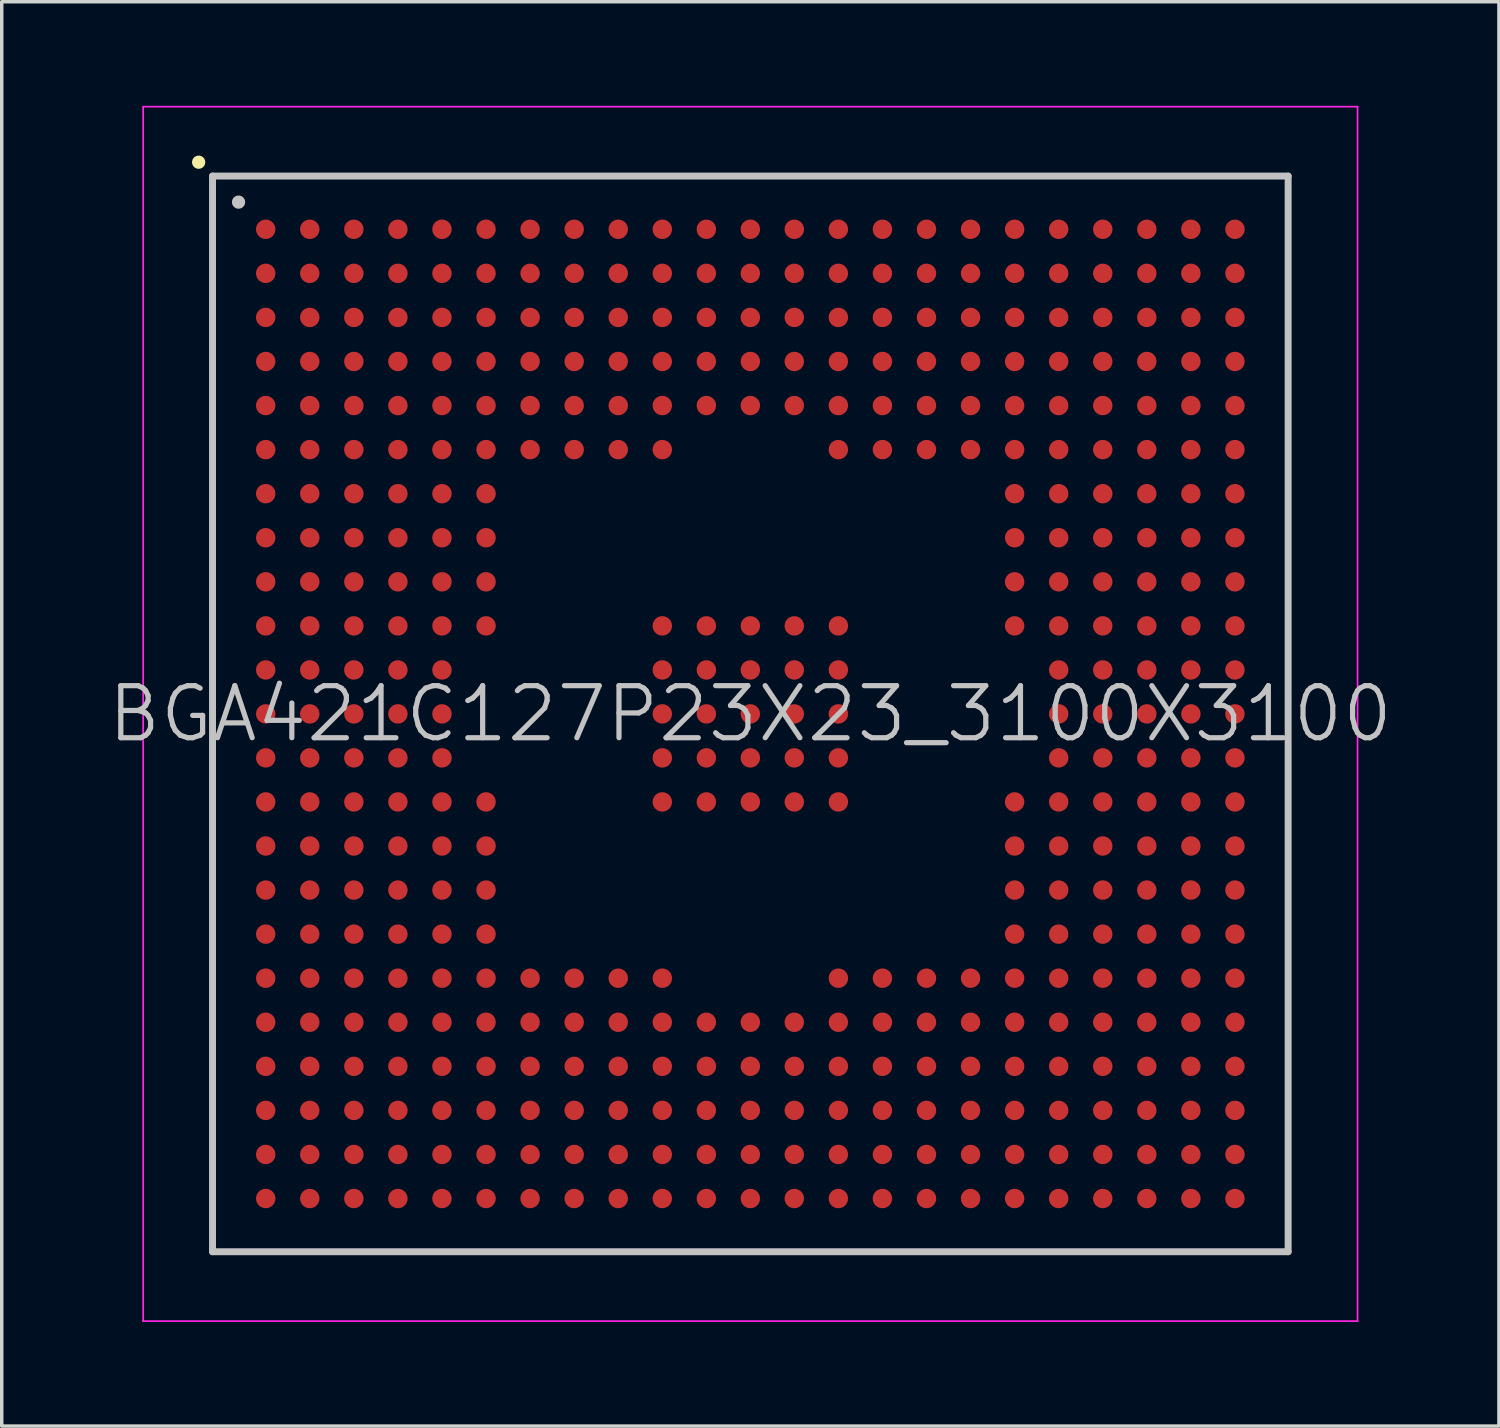
<source format=kicad_pcb>
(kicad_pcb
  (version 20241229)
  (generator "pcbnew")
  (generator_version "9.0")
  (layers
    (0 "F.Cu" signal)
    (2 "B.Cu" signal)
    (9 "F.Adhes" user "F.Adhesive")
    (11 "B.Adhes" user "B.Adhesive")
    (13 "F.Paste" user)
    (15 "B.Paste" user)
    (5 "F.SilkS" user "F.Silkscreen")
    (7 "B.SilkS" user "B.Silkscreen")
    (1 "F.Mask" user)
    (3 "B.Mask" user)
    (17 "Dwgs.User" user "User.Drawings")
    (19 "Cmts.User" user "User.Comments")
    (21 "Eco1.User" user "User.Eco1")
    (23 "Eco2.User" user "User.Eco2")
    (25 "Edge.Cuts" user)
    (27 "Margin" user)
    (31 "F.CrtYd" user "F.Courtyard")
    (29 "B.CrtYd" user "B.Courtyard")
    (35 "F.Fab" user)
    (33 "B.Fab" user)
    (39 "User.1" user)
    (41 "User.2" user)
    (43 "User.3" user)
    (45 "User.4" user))
  (footprint "BGA421C127P23X23_3100X3100"
    (layer "F.Cu")
    (at 18.575 17.525)
    (property "Reference" "BGA421C127P23X23_3100X3100" (at 0 0 0) (layer "Dwgs.User") (effects (font (size 1.5 1.5) (thickness 0.15))))
    (attr smd)
    (fp_line (start -15.9 -15.9) (end -15.9 -15.9) (stroke (width 0.381) (type solid)) (layer "F.SilkS"))
    (fp_line (start -15.5 -15.5) (end -15.5 15.5) (stroke (width 0.2) (type solid)) (layer "Dwgs.User"))
    (fp_line (start -15.5 -15.5) (end 15.5 -15.5) (stroke (width 0.2) (type solid)) (layer "Dwgs.User"))
    (fp_line (start -15.5 15.5) (end 15.5 15.5) (stroke (width 0.2) (type solid)) (layer "Dwgs.User"))
    (fp_line (start -14.75 -14.75) (end -14.75 -14.75) (stroke (width 0.381) (type solid)) (layer "Dwgs.User"))
    (fp_line (start 15.5 -15.5) (end 15.5 15.5) (stroke (width 0.2) (type solid)) (layer "Dwgs.User"))
    (fp_line (start -17.5 -17.5) (end -17.5 17.5) (stroke (width 0.05) (type solid)) (layer "F.CrtYd"))
    (fp_line (start -17.5 -17.5) (end 17.5 -17.5) (stroke (width 0.05) (type solid)) (layer "F.CrtYd"))
    (fp_line (start -17.5 17.5) (end 17.5 17.5) (stroke (width 0.05) (type solid)) (layer "F.CrtYd"))
    (fp_line (start 17.5 -17.5) (end 17.5 17.5) (stroke (width 0.05) (type solid)) (layer "F.CrtYd"))
    (pad "A1" smd circle (at -13.967 -13.967 270) (size 0.56 0.56) (layers "F.Cu" "F.Mask" "F.Paste"))
    (pad "A2" smd circle (at -12.697 -13.967 270) (size 0.56 0.56) (layers "F.Cu" "F.Mask" "F.Paste"))
    (pad "A3" smd circle (at -11.427 -13.967 270) (size 0.56 0.56) (layers "F.Cu" "F.Mask" "F.Paste"))
    (pad "A4" smd circle (at -10.157 -13.967 270) (size 0.56 0.56) (layers "F.Cu" "F.Mask" "F.Paste"))
    (pad "A5" smd circle (at -8.887 -13.967 270) (size 0.56 0.56) (layers "F.Cu" "F.Mask" "F.Paste"))
    (pad "A6" smd circle (at -7.617 -13.967 270) (size 0.56 0.56) (layers "F.Cu" "F.Mask" "F.Paste"))
    (pad "A7" smd circle (at -6.347 -13.967 270) (size 0.56 0.56) (layers "F.Cu" "F.Mask" "F.Paste"))
    (pad "A8" smd circle (at -5.077 -13.967 270) (size 0.56 0.56) (layers "F.Cu" "F.Mask" "F.Paste"))
    (pad "A9" smd circle (at -3.807 -13.967 270) (size 0.56 0.56) (layers "F.Cu" "F.Mask" "F.Paste"))
    (pad "A10" smd circle (at -2.537 -13.967 270) (size 0.56 0.56) (layers "F.Cu" "F.Mask" "F.Paste"))
    (pad "A11" smd circle (at -1.267 -13.967 270) (size 0.56 0.56) (layers "F.Cu" "F.Mask" "F.Paste"))
    (pad "A12" smd circle (at 0 -13.967 270) (size 0.56 0.56) (layers "F.Cu" "F.Mask" "F.Paste"))
    (pad "A13" smd circle (at 1.267 -13.967 270) (size 0.56 0.56) (layers "F.Cu" "F.Mask" "F.Paste"))
    (pad "A14" smd circle (at 2.537 -13.967 270) (size 0.56 0.56) (layers "F.Cu" "F.Mask" "F.Paste"))
    (pad "A15" smd circle (at 3.807 -13.967 270) (size 0.56 0.56) (layers "F.Cu" "F.Mask" "F.Paste"))
    (pad "A16" smd circle (at 5.077 -13.967 270) (size 0.56 0.56) (layers "F.Cu" "F.Mask" "F.Paste"))
    (pad "A17" smd circle (at 6.347 -13.967 270) (size 0.56 0.56) (layers "F.Cu" "F.Mask" "F.Paste"))
    (pad "A18" smd circle (at 7.617 -13.967 270) (size 0.56 0.56) (layers "F.Cu" "F.Mask" "F.Paste"))
    (pad "A19" smd circle (at 8.887 -13.967 270) (size 0.56 0.56) (layers "F.Cu" "F.Mask" "F.Paste"))
    (pad "A20" smd circle (at 10.157 -13.967 270) (size 0.56 0.56) (layers "F.Cu" "F.Mask" "F.Paste"))
    (pad "A21" smd circle (at 11.427 -13.967 270) (size 0.56 0.56) (layers "F.Cu" "F.Mask" "F.Paste"))
    (pad "A22" smd circle (at 12.697 -13.967 270) (size 0.56 0.56) (layers "F.Cu" "F.Mask" "F.Paste"))
    (pad "A23" smd circle (at 13.967 -13.967 270) (size 0.56 0.56) (layers "F.Cu" "F.Mask" "F.Paste"))
    (pad "AA1" smd circle (at -13.967 11.427 270) (size 0.56 0.56) (layers "F.Cu" "F.Mask" "F.Paste"))
    (pad "AA2" smd circle (at -12.697 11.427 270) (size 0.56 0.56) (layers "F.Cu" "F.Mask" "F.Paste"))
    (pad "AA3" smd circle (at -11.427 11.427 270) (size 0.56 0.56) (layers "F.Cu" "F.Mask" "F.Paste"))
    (pad "AA4" smd circle (at -10.157 11.427 270) (size 0.56 0.56) (layers "F.Cu" "F.Mask" "F.Paste"))
    (pad "AA5" smd circle (at -8.887 11.427 270) (size 0.56 0.56) (layers "F.Cu" "F.Mask" "F.Paste"))
    (pad "AA6" smd circle (at -7.617 11.427 270) (size 0.56 0.56) (layers "F.Cu" "F.Mask" "F.Paste"))
    (pad "AA7" smd circle (at -6.347 11.427 270) (size 0.56 0.56) (layers "F.Cu" "F.Mask" "F.Paste"))
    (pad "AA8" smd circle (at -5.077 11.427 270) (size 0.56 0.56) (layers "F.Cu" "F.Mask" "F.Paste"))
    (pad "AA9" smd circle (at -3.807 11.427 270) (size 0.56 0.56) (layers "F.Cu" "F.Mask" "F.Paste"))
    (pad "AA10" smd circle (at -2.537 11.427 270) (size 0.56 0.56) (layers "F.Cu" "F.Mask" "F.Paste"))
    (pad "AA11" smd circle (at -1.267 11.427 270) (size 0.56 0.56) (layers "F.Cu" "F.Mask" "F.Paste"))
    (pad "AA12" smd circle (at 0 11.427 270) (size 0.56 0.56) (layers "F.Cu" "F.Mask" "F.Paste"))
    (pad "AA13" smd circle (at 1.267 11.427 270) (size 0.56 0.56) (layers "F.Cu" "F.Mask" "F.Paste"))
    (pad "AA14" smd circle (at 2.537 11.427 270) (size 0.56 0.56) (layers "F.Cu" "F.Mask" "F.Paste"))
    (pad "AA15" smd circle (at 3.807 11.427 270) (size 0.56 0.56) (layers "F.Cu" "F.Mask" "F.Paste"))
    (pad "AA16" smd circle (at 5.077 11.427 270) (size 0.56 0.56) (layers "F.Cu" "F.Mask" "F.Paste"))
    (pad "AA17" smd circle (at 6.347 11.427 270) (size 0.56 0.56) (layers "F.Cu" "F.Mask" "F.Paste"))
    (pad "AA18" smd circle (at 7.617 11.427 270) (size 0.56 0.56) (layers "F.Cu" "F.Mask" "F.Paste"))
    (pad "AA19" smd circle (at 8.887 11.427 270) (size 0.56 0.56) (layers "F.Cu" "F.Mask" "F.Paste"))
    (pad "AA20" smd circle (at 10.157 11.427 270) (size 0.56 0.56) (layers "F.Cu" "F.Mask" "F.Paste"))
    (pad "AA21" smd circle (at 11.427 11.427 270) (size 0.56 0.56) (layers "F.Cu" "F.Mask" "F.Paste"))
    (pad "AA22" smd circle (at 12.697 11.427 270) (size 0.56 0.56) (layers "F.Cu" "F.Mask" "F.Paste"))
    (pad "AA23" smd circle (at 13.967 11.427 270) (size 0.56 0.56) (layers "F.Cu" "F.Mask" "F.Paste"))
    (pad "AB1" smd circle (at -13.967 12.697 270) (size 0.56 0.56) (layers "F.Cu" "F.Mask" "F.Paste"))
    (pad "AB2" smd circle (at -12.697 12.697 270) (size 0.56 0.56) (layers "F.Cu" "F.Mask" "F.Paste"))
    (pad "AB3" smd circle (at -11.427 12.697 270) (size 0.56 0.56) (layers "F.Cu" "F.Mask" "F.Paste"))
    (pad "AB4" smd circle (at -10.157 12.697 270) (size 0.56 0.56) (layers "F.Cu" "F.Mask" "F.Paste"))
    (pad "AB5" smd circle (at -8.887 12.697 270) (size 0.56 0.56) (layers "F.Cu" "F.Mask" "F.Paste"))
    (pad "AB6" smd circle (at -7.617 12.697 270) (size 0.56 0.56) (layers "F.Cu" "F.Mask" "F.Paste"))
    (pad "AB7" smd circle (at -6.347 12.697 270) (size 0.56 0.56) (layers "F.Cu" "F.Mask" "F.Paste"))
    (pad "AB8" smd circle (at -5.077 12.697 270) (size 0.56 0.56) (layers "F.Cu" "F.Mask" "F.Paste"))
    (pad "AB9" smd circle (at -3.807 12.697 270) (size 0.56 0.56) (layers "F.Cu" "F.Mask" "F.Paste"))
    (pad "AB10" smd circle (at -2.537 12.697 270) (size 0.56 0.56) (layers "F.Cu" "F.Mask" "F.Paste"))
    (pad "AB11" smd circle (at -1.267 12.697 270) (size 0.56 0.56) (layers "F.Cu" "F.Mask" "F.Paste"))
    (pad "AB12" smd circle (at 0 12.697 270) (size 0.56 0.56) (layers "F.Cu" "F.Mask" "F.Paste"))
    (pad "AB13" smd circle (at 1.267 12.697 270) (size 0.56 0.56) (layers "F.Cu" "F.Mask" "F.Paste"))
    (pad "AB14" smd circle (at 2.537 12.697 270) (size 0.56 0.56) (layers "F.Cu" "F.Mask" "F.Paste"))
    (pad "AB15" smd circle (at 3.807 12.697 270) (size 0.56 0.56) (layers "F.Cu" "F.Mask" "F.Paste"))
    (pad "AB16" smd circle (at 5.077 12.697 270) (size 0.56 0.56) (layers "F.Cu" "F.Mask" "F.Paste"))
    (pad "AB17" smd circle (at 6.347 12.697 270) (size 0.56 0.56) (layers "F.Cu" "F.Mask" "F.Paste"))
    (pad "AB18" smd circle (at 7.617 12.697 270) (size 0.56 0.56) (layers "F.Cu" "F.Mask" "F.Paste"))
    (pad "AB19" smd circle (at 8.887 12.697 270) (size 0.56 0.56) (layers "F.Cu" "F.Mask" "F.Paste"))
    (pad "AB20" smd circle (at 10.157 12.697 270) (size 0.56 0.56) (layers "F.Cu" "F.Mask" "F.Paste"))
    (pad "AB21" smd circle (at 11.427 12.697 270) (size 0.56 0.56) (layers "F.Cu" "F.Mask" "F.Paste"))
    (pad "AB22" smd circle (at 12.697 12.697 270) (size 0.56 0.56) (layers "F.Cu" "F.Mask" "F.Paste"))
    (pad "AB23" smd circle (at 13.967 12.697 270) (size 0.56 0.56) (layers "F.Cu" "F.Mask" "F.Paste"))
    (pad "AC1" smd circle (at -13.967 13.967 270) (size 0.56 0.56) (layers "F.Cu" "F.Mask" "F.Paste"))
    (pad "AC2" smd circle (at -12.697 13.967 270) (size 0.56 0.56) (layers "F.Cu" "F.Mask" "F.Paste"))
    (pad "AC3" smd circle (at -11.427 13.967 270) (size 0.56 0.56) (layers "F.Cu" "F.Mask" "F.Paste"))
    (pad "AC4" smd circle (at -10.157 13.967 270) (size 0.56 0.56) (layers "F.Cu" "F.Mask" "F.Paste"))
    (pad "AC5" smd circle (at -8.887 13.967 270) (size 0.56 0.56) (layers "F.Cu" "F.Mask" "F.Paste"))
    (pad "AC6" smd circle (at -7.617 13.967 270) (size 0.56 0.56) (layers "F.Cu" "F.Mask" "F.Paste"))
    (pad "AC7" smd circle (at -6.347 13.967 270) (size 0.56 0.56) (layers "F.Cu" "F.Mask" "F.Paste"))
    (pad "AC8" smd circle (at -5.077 13.967 270) (size 0.56 0.56) (layers "F.Cu" "F.Mask" "F.Paste"))
    (pad "AC9" smd circle (at -3.807 13.967 270) (size 0.56 0.56) (layers "F.Cu" "F.Mask" "F.Paste"))
    (pad "AC10" smd circle (at -2.537 13.967 270) (size 0.56 0.56) (layers "F.Cu" "F.Mask" "F.Paste"))
    (pad "AC11" smd circle (at -1.267 13.967 270) (size 0.56 0.56) (layers "F.Cu" "F.Mask" "F.Paste"))
    (pad "AC12" smd circle (at 0 13.967 270) (size 0.56 0.56) (layers "F.Cu" "F.Mask" "F.Paste"))
    (pad "AC13" smd circle (at 1.267 13.967 270) (size 0.56 0.56) (layers "F.Cu" "F.Mask" "F.Paste"))
    (pad "AC14" smd circle (at 2.537 13.967 270) (size 0.56 0.56) (layers "F.Cu" "F.Mask" "F.Paste"))
    (pad "AC15" smd circle (at 3.807 13.967 270) (size 0.56 0.56) (layers "F.Cu" "F.Mask" "F.Paste"))
    (pad "AC16" smd circle (at 5.077 13.967 270) (size 0.56 0.56) (layers "F.Cu" "F.Mask" "F.Paste"))
    (pad "AC17" smd circle (at 6.347 13.967 270) (size 0.56 0.56) (layers "F.Cu" "F.Mask" "F.Paste"))
    (pad "AC18" smd circle (at 7.617 13.967 270) (size 0.56 0.56) (layers "F.Cu" "F.Mask" "F.Paste"))
    (pad "AC19" smd circle (at 8.887 13.967 270) (size 0.56 0.56) (layers "F.Cu" "F.Mask" "F.Paste"))
    (pad "AC20" smd circle (at 10.157 13.967 270) (size 0.56 0.56) (layers "F.Cu" "F.Mask" "F.Paste"))
    (pad "AC21" smd circle (at 11.427 13.967 270) (size 0.56 0.56) (layers "F.Cu" "F.Mask" "F.Paste"))
    (pad "AC22" smd circle (at 12.697 13.967 270) (size 0.56 0.56) (layers "F.Cu" "F.Mask" "F.Paste"))
    (pad "AC23" smd circle (at 13.967 13.967 270) (size 0.56 0.56) (layers "F.Cu" "F.Mask" "F.Paste"))
    (pad "B1" smd circle (at -13.967 -12.697 270) (size 0.56 0.56) (layers "F.Cu" "F.Mask" "F.Paste"))
    (pad "B2" smd circle (at -12.697 -12.697 270) (size 0.56 0.56) (layers "F.Cu" "F.Mask" "F.Paste"))
    (pad "B3" smd circle (at -11.427 -12.697 270) (size 0.56 0.56) (layers "F.Cu" "F.Mask" "F.Paste"))
    (pad "B4" smd circle (at -10.157 -12.697 270) (size 0.56 0.56) (layers "F.Cu" "F.Mask" "F.Paste"))
    (pad "B5" smd circle (at -8.887 -12.697 270) (size 0.56 0.56) (layers "F.Cu" "F.Mask" "F.Paste"))
    (pad "B6" smd circle (at -7.617 -12.697 270) (size 0.56 0.56) (layers "F.Cu" "F.Mask" "F.Paste"))
    (pad "B7" smd circle (at -6.347 -12.697 270) (size 0.56 0.56) (layers "F.Cu" "F.Mask" "F.Paste"))
    (pad "B8" smd circle (at -5.077 -12.697 270) (size 0.56 0.56) (layers "F.Cu" "F.Mask" "F.Paste"))
    (pad "B9" smd circle (at -3.807 -12.697 270) (size 0.56 0.56) (layers "F.Cu" "F.Mask" "F.Paste"))
    (pad "B10" smd circle (at -2.537 -12.697 270) (size 0.56 0.56) (layers "F.Cu" "F.Mask" "F.Paste"))
    (pad "B11" smd circle (at -1.267 -12.697 270) (size 0.56 0.56) (layers "F.Cu" "F.Mask" "F.Paste"))
    (pad "B12" smd circle (at 0 -12.697 270) (size 0.56 0.56) (layers "F.Cu" "F.Mask" "F.Paste"))
    (pad "B13" smd circle (at 1.267 -12.697 270) (size 0.56 0.56) (layers "F.Cu" "F.Mask" "F.Paste"))
    (pad "B14" smd circle (at 2.537 -12.697 270) (size 0.56 0.56) (layers "F.Cu" "F.Mask" "F.Paste"))
    (pad "B15" smd circle (at 3.807 -12.697 270) (size 0.56 0.56) (layers "F.Cu" "F.Mask" "F.Paste"))
    (pad "B16" smd circle (at 5.077 -12.697 270) (size 0.56 0.56) (layers "F.Cu" "F.Mask" "F.Paste"))
    (pad "B17" smd circle (at 6.347 -12.697 270) (size 0.56 0.56) (layers "F.Cu" "F.Mask" "F.Paste"))
    (pad "B18" smd circle (at 7.617 -12.697 270) (size 0.56 0.56) (layers "F.Cu" "F.Mask" "F.Paste"))
    (pad "B19" smd circle (at 8.887 -12.697 270) (size 0.56 0.56) (layers "F.Cu" "F.Mask" "F.Paste"))
    (pad "B20" smd circle (at 10.157 -12.697 270) (size 0.56 0.56) (layers "F.Cu" "F.Mask" "F.Paste"))
    (pad "B21" smd circle (at 11.427 -12.697 270) (size 0.56 0.56) (layers "F.Cu" "F.Mask" "F.Paste"))
    (pad "B22" smd circle (at 12.697 -12.697 270) (size 0.56 0.56) (layers "F.Cu" "F.Mask" "F.Paste"))
    (pad "B23" smd circle (at 13.967 -12.697 270) (size 0.56 0.56) (layers "F.Cu" "F.Mask" "F.Paste"))
    (pad "C1" smd circle (at -13.967 -11.427 270) (size 0.56 0.56) (layers "F.Cu" "F.Mask" "F.Paste"))
    (pad "C2" smd circle (at -12.697 -11.427 270) (size 0.56 0.56) (layers "F.Cu" "F.Mask" "F.Paste"))
    (pad "C3" smd circle (at -11.427 -11.427 270) (size 0.56 0.56) (layers "F.Cu" "F.Mask" "F.Paste"))
    (pad "C4" smd circle (at -10.157 -11.427 270) (size 0.56 0.56) (layers "F.Cu" "F.Mask" "F.Paste"))
    (pad "C5" smd circle (at -8.887 -11.427 270) (size 0.56 0.56) (layers "F.Cu" "F.Mask" "F.Paste"))
    (pad "C6" smd circle (at -7.617 -11.427 270) (size 0.56 0.56) (layers "F.Cu" "F.Mask" "F.Paste"))
    (pad "C7" smd circle (at -6.347 -11.427 270) (size 0.56 0.56) (layers "F.Cu" "F.Mask" "F.Paste"))
    (pad "C8" smd circle (at -5.077 -11.427 270) (size 0.56 0.56) (layers "F.Cu" "F.Mask" "F.Paste"))
    (pad "C9" smd circle (at -3.807 -11.427 270) (size 0.56 0.56) (layers "F.Cu" "F.Mask" "F.Paste"))
    (pad "C10" smd circle (at -2.537 -11.427 270) (size 0.56 0.56) (layers "F.Cu" "F.Mask" "F.Paste"))
    (pad "C11" smd circle (at -1.267 -11.427 270) (size 0.56 0.56) (layers "F.Cu" "F.Mask" "F.Paste"))
    (pad "C12" smd circle (at 0 -11.427 270) (size 0.56 0.56) (layers "F.Cu" "F.Mask" "F.Paste"))
    (pad "C13" smd circle (at 1.267 -11.427 270) (size 0.56 0.56) (layers "F.Cu" "F.Mask" "F.Paste"))
    (pad "C14" smd circle (at 2.537 -11.427 270) (size 0.56 0.56) (layers "F.Cu" "F.Mask" "F.Paste"))
    (pad "C15" smd circle (at 3.807 -11.427 270) (size 0.56 0.56) (layers "F.Cu" "F.Mask" "F.Paste"))
    (pad "C16" smd circle (at 5.077 -11.427 270) (size 0.56 0.56) (layers "F.Cu" "F.Mask" "F.Paste"))
    (pad "C17" smd circle (at 6.347 -11.427 270) (size 0.56 0.56) (layers "F.Cu" "F.Mask" "F.Paste"))
    (pad "C18" smd circle (at 7.617 -11.427 270) (size 0.56 0.56) (layers "F.Cu" "F.Mask" "F.Paste"))
    (pad "C19" smd circle (at 8.887 -11.427 270) (size 0.56 0.56) (layers "F.Cu" "F.Mask" "F.Paste"))
    (pad "C20" smd circle (at 10.157 -11.427 270) (size 0.56 0.56) (layers "F.Cu" "F.Mask" "F.Paste"))
    (pad "C21" smd circle (at 11.427 -11.427 270) (size 0.56 0.56) (layers "F.Cu" "F.Mask" "F.Paste"))
    (pad "C22" smd circle (at 12.697 -11.427 270) (size 0.56 0.56) (layers "F.Cu" "F.Mask" "F.Paste"))
    (pad "C23" smd circle (at 13.967 -11.427 270) (size 0.56 0.56) (layers "F.Cu" "F.Mask" "F.Paste"))
    (pad "D1" smd circle (at -13.967 -10.157 270) (size 0.56 0.56) (layers "F.Cu" "F.Mask" "F.Paste"))
    (pad "D2" smd circle (at -12.697 -10.157 270) (size 0.56 0.56) (layers "F.Cu" "F.Mask" "F.Paste"))
    (pad "D3" smd circle (at -11.427 -10.157 270) (size 0.56 0.56) (layers "F.Cu" "F.Mask" "F.Paste"))
    (pad "D4" smd circle (at -10.157 -10.157 270) (size 0.56 0.56) (layers "F.Cu" "F.Mask" "F.Paste"))
    (pad "D5" smd circle (at -8.887 -10.157 270) (size 0.56 0.56) (layers "F.Cu" "F.Mask" "F.Paste"))
    (pad "D6" smd circle (at -7.617 -10.157 270) (size 0.56 0.56) (layers "F.Cu" "F.Mask" "F.Paste"))
    (pad "D7" smd circle (at -6.347 -10.157 270) (size 0.56 0.56) (layers "F.Cu" "F.Mask" "F.Paste"))
    (pad "D8" smd circle (at -5.077 -10.157 270) (size 0.56 0.56) (layers "F.Cu" "F.Mask" "F.Paste"))
    (pad "D9" smd circle (at -3.807 -10.157 270) (size 0.56 0.56) (layers "F.Cu" "F.Mask" "F.Paste"))
    (pad "D10" smd circle (at -2.537 -10.157 270) (size 0.56 0.56) (layers "F.Cu" "F.Mask" "F.Paste"))
    (pad "D11" smd circle (at -1.267 -10.157 270) (size 0.56 0.56) (layers "F.Cu" "F.Mask" "F.Paste"))
    (pad "D12" smd circle (at 0 -10.157 270) (size 0.56 0.56) (layers "F.Cu" "F.Mask" "F.Paste"))
    (pad "D13" smd circle (at 1.267 -10.157 270) (size 0.56 0.56) (layers "F.Cu" "F.Mask" "F.Paste"))
    (pad "D14" smd circle (at 2.537 -10.157 270) (size 0.56 0.56) (layers "F.Cu" "F.Mask" "F.Paste"))
    (pad "D15" smd circle (at 3.807 -10.157 270) (size 0.56 0.56) (layers "F.Cu" "F.Mask" "F.Paste"))
    (pad "D16" smd circle (at 5.077 -10.157 270) (size 0.56 0.56) (layers "F.Cu" "F.Mask" "F.Paste"))
    (pad "D17" smd circle (at 6.347 -10.157 270) (size 0.56 0.56) (layers "F.Cu" "F.Mask" "F.Paste"))
    (pad "D18" smd circle (at 7.617 -10.157 270) (size 0.56 0.56) (layers "F.Cu" "F.Mask" "F.Paste"))
    (pad "D19" smd circle (at 8.887 -10.157 270) (size 0.56 0.56) (layers "F.Cu" "F.Mask" "F.Paste"))
    (pad "D20" smd circle (at 10.157 -10.157 270) (size 0.56 0.56) (layers "F.Cu" "F.Mask" "F.Paste"))
    (pad "D21" smd circle (at 11.427 -10.157 270) (size 0.56 0.56) (layers "F.Cu" "F.Mask" "F.Paste"))
    (pad "D22" smd circle (at 12.697 -10.157 270) (size 0.56 0.56) (layers "F.Cu" "F.Mask" "F.Paste"))
    (pad "D23" smd circle (at 13.967 -10.157 270) (size 0.56 0.56) (layers "F.Cu" "F.Mask" "F.Paste"))
    (pad "E1" smd circle (at -13.967 -8.887 270) (size 0.56 0.56) (layers "F.Cu" "F.Mask" "F.Paste"))
    (pad "E2" smd circle (at -12.697 -8.887 270) (size 0.56 0.56) (layers "F.Cu" "F.Mask" "F.Paste"))
    (pad "E3" smd circle (at -11.427 -8.887 270) (size 0.56 0.56) (layers "F.Cu" "F.Mask" "F.Paste"))
    (pad "E4" smd circle (at -10.157 -8.887 270) (size 0.56 0.56) (layers "F.Cu" "F.Mask" "F.Paste"))
    (pad "E5" smd circle (at -8.887 -8.887 270) (size 0.56 0.56) (layers "F.Cu" "F.Mask" "F.Paste"))
    (pad "E6" smd circle (at -7.617 -8.887 270) (size 0.56 0.56) (layers "F.Cu" "F.Mask" "F.Paste"))
    (pad "E7" smd circle (at -6.347 -8.887 270) (size 0.56 0.56) (layers "F.Cu" "F.Mask" "F.Paste"))
    (pad "E8" smd circle (at -5.077 -8.887 270) (size 0.56 0.56) (layers "F.Cu" "F.Mask" "F.Paste"))
    (pad "E9" smd circle (at -3.807 -8.887 270) (size 0.56 0.56) (layers "F.Cu" "F.Mask" "F.Paste"))
    (pad "E10" smd circle (at -2.537 -8.887 270) (size 0.56 0.56) (layers "F.Cu" "F.Mask" "F.Paste"))
    (pad "E11" smd circle (at -1.267 -8.887 270) (size 0.56 0.56) (layers "F.Cu" "F.Mask" "F.Paste"))
    (pad "E12" smd circle (at 0 -8.887 270) (size 0.56 0.56) (layers "F.Cu" "F.Mask" "F.Paste"))
    (pad "E13" smd circle (at 1.267 -8.887 270) (size 0.56 0.56) (layers "F.Cu" "F.Mask" "F.Paste"))
    (pad "E14" smd circle (at 2.537 -8.887 270) (size 0.56 0.56) (layers "F.Cu" "F.Mask" "F.Paste"))
    (pad "E15" smd circle (at 3.807 -8.887 270) (size 0.56 0.56) (layers "F.Cu" "F.Mask" "F.Paste"))
    (pad "E16" smd circle (at 5.077 -8.887 270) (size 0.56 0.56) (layers "F.Cu" "F.Mask" "F.Paste"))
    (pad "E17" smd circle (at 6.347 -8.887 270) (size 0.56 0.56) (layers "F.Cu" "F.Mask" "F.Paste"))
    (pad "E18" smd circle (at 7.617 -8.887 270) (size 0.56 0.56) (layers "F.Cu" "F.Mask" "F.Paste"))
    (pad "E19" smd circle (at 8.887 -8.887 270) (size 0.56 0.56) (layers "F.Cu" "F.Mask" "F.Paste"))
    (pad "E20" smd circle (at 10.157 -8.887 270) (size 0.56 0.56) (layers "F.Cu" "F.Mask" "F.Paste"))
    (pad "E21" smd circle (at 11.427 -8.887 270) (size 0.56 0.56) (layers "F.Cu" "F.Mask" "F.Paste"))
    (pad "E22" smd circle (at 12.697 -8.887 270) (size 0.56 0.56) (layers "F.Cu" "F.Mask" "F.Paste"))
    (pad "E23" smd circle (at 13.967 -8.887 270) (size 0.56 0.56) (layers "F.Cu" "F.Mask" "F.Paste"))
    (pad "F1" smd circle (at -13.967 -7.617 270) (size 0.56 0.56) (layers "F.Cu" "F.Mask" "F.Paste"))
    (pad "F2" smd circle (at -12.697 -7.617 270) (size 0.56 0.56) (layers "F.Cu" "F.Mask" "F.Paste"))
    (pad "F3" smd circle (at -11.427 -7.617 270) (size 0.56 0.56) (layers "F.Cu" "F.Mask" "F.Paste"))
    (pad "F4" smd circle (at -10.157 -7.617 270) (size 0.56 0.56) (layers "F.Cu" "F.Mask" "F.Paste"))
    (pad "F5" smd circle (at -8.887 -7.617 270) (size 0.56 0.56) (layers "F.Cu" "F.Mask" "F.Paste"))
    (pad "F6" smd circle (at -7.617 -7.617 270) (size 0.56 0.56) (layers "F.Cu" "F.Mask" "F.Paste"))
    (pad "F7" smd circle (at -6.347 -7.617 270) (size 0.56 0.56) (layers "F.Cu" "F.Mask" "F.Paste"))
    (pad "F8" smd circle (at -5.077 -7.617 270) (size 0.56 0.56) (layers "F.Cu" "F.Mask" "F.Paste"))
    (pad "F9" smd circle (at -3.807 -7.617 270) (size 0.56 0.56) (layers "F.Cu" "F.Mask" "F.Paste"))
    (pad "F10" smd circle (at -2.537 -7.617 270) (size 0.56 0.56) (layers "F.Cu" "F.Mask" "F.Paste"))
    (pad "F14" smd circle (at 2.537 -7.617 270) (size 0.56 0.56) (layers "F.Cu" "F.Mask" "F.Paste"))
    (pad "F15" smd circle (at 3.807 -7.617 270) (size 0.56 0.56) (layers "F.Cu" "F.Mask" "F.Paste"))
    (pad "F16" smd circle (at 5.077 -7.617 270) (size 0.56 0.56) (layers "F.Cu" "F.Mask" "F.Paste"))
    (pad "F17" smd circle (at 6.347 -7.617 270) (size 0.56 0.56) (layers "F.Cu" "F.Mask" "F.Paste"))
    (pad "F18" smd circle (at 7.617 -7.617 270) (size 0.56 0.56) (layers "F.Cu" "F.Mask" "F.Paste"))
    (pad "F19" smd circle (at 8.887 -7.617 270) (size 0.56 0.56) (layers "F.Cu" "F.Mask" "F.Paste"))
    (pad "F20" smd circle (at 10.157 -7.617 270) (size 0.56 0.56) (layers "F.Cu" "F.Mask" "F.Paste"))
    (pad "F21" smd circle (at 11.427 -7.617 270) (size 0.56 0.56) (layers "F.Cu" "F.Mask" "F.Paste"))
    (pad "F22" smd circle (at 12.697 -7.617 270) (size 0.56 0.56) (layers "F.Cu" "F.Mask" "F.Paste"))
    (pad "F23" smd circle (at 13.967 -7.617 270) (size 0.56 0.56) (layers "F.Cu" "F.Mask" "F.Paste"))
    (pad "G1" smd circle (at -13.967 -6.347 270) (size 0.56 0.56) (layers "F.Cu" "F.Mask" "F.Paste"))
    (pad "G2" smd circle (at -12.697 -6.347 270) (size 0.56 0.56) (layers "F.Cu" "F.Mask" "F.Paste"))
    (pad "G3" smd circle (at -11.427 -6.347 270) (size 0.56 0.56) (layers "F.Cu" "F.Mask" "F.Paste"))
    (pad "G4" smd circle (at -10.157 -6.347 270) (size 0.56 0.56) (layers "F.Cu" "F.Mask" "F.Paste"))
    (pad "G5" smd circle (at -8.887 -6.347 270) (size 0.56 0.56) (layers "F.Cu" "F.Mask" "F.Paste"))
    (pad "G6" smd circle (at -7.617 -6.347 270) (size 0.56 0.56) (layers "F.Cu" "F.Mask" "F.Paste"))
    (pad "G18" smd circle (at 7.617 -6.347 270) (size 0.56 0.56) (layers "F.Cu" "F.Mask" "F.Paste"))
    (pad "G19" smd circle (at 8.887 -6.347 270) (size 0.56 0.56) (layers "F.Cu" "F.Mask" "F.Paste"))
    (pad "G20" smd circle (at 10.157 -6.347 270) (size 0.56 0.56) (layers "F.Cu" "F.Mask" "F.Paste"))
    (pad "G21" smd circle (at 11.427 -6.347 270) (size 0.56 0.56) (layers "F.Cu" "F.Mask" "F.Paste"))
    (pad "G22" smd circle (at 12.697 -6.347 270) (size 0.56 0.56) (layers "F.Cu" "F.Mask" "F.Paste"))
    (pad "G23" smd circle (at 13.967 -6.347 270) (size 0.56 0.56) (layers "F.Cu" "F.Mask" "F.Paste"))
    (pad "H1" smd circle (at -13.967 -5.077 270) (size 0.56 0.56) (layers "F.Cu" "F.Mask" "F.Paste"))
    (pad "H2" smd circle (at -12.697 -5.077 270) (size 0.56 0.56) (layers "F.Cu" "F.Mask" "F.Paste"))
    (pad "H3" smd circle (at -11.427 -5.077 270) (size 0.56 0.56) (layers "F.Cu" "F.Mask" "F.Paste"))
    (pad "H4" smd circle (at -10.157 -5.077 270) (size 0.56 0.56) (layers "F.Cu" "F.Mask" "F.Paste"))
    (pad "H5" smd circle (at -8.887 -5.077 270) (size 0.56 0.56) (layers "F.Cu" "F.Mask" "F.Paste"))
    (pad "H6" smd circle (at -7.617 -5.077 270) (size 0.56 0.56) (layers "F.Cu" "F.Mask" "F.Paste"))
    (pad "H18" smd circle (at 7.617 -5.077 270) (size 0.56 0.56) (layers "F.Cu" "F.Mask" "F.Paste"))
    (pad "H19" smd circle (at 8.887 -5.077 270) (size 0.56 0.56) (layers "F.Cu" "F.Mask" "F.Paste"))
    (pad "H20" smd circle (at 10.157 -5.077 270) (size 0.56 0.56) (layers "F.Cu" "F.Mask" "F.Paste"))
    (pad "H21" smd circle (at 11.427 -5.077 270) (size 0.56 0.56) (layers "F.Cu" "F.Mask" "F.Paste"))
    (pad "H22" smd circle (at 12.697 -5.077 270) (size 0.56 0.56) (layers "F.Cu" "F.Mask" "F.Paste"))
    (pad "H23" smd circle (at 13.967 -5.077 270) (size 0.56 0.56) (layers "F.Cu" "F.Mask" "F.Paste"))
    (pad "J1" smd circle (at -13.967 -3.807 270) (size 0.56 0.56) (layers "F.Cu" "F.Mask" "F.Paste"))
    (pad "J2" smd circle (at -12.697 -3.807 270) (size 0.56 0.56) (layers "F.Cu" "F.Mask" "F.Paste"))
    (pad "J3" smd circle (at -11.427 -3.807 270) (size 0.56 0.56) (layers "F.Cu" "F.Mask" "F.Paste"))
    (pad "J4" smd circle (at -10.157 -3.807 270) (size 0.56 0.56) (layers "F.Cu" "F.Mask" "F.Paste"))
    (pad "J5" smd circle (at -8.887 -3.807 270) (size 0.56 0.56) (layers "F.Cu" "F.Mask" "F.Paste"))
    (pad "J6" smd circle (at -7.617 -3.807 270) (size 0.56 0.56) (layers "F.Cu" "F.Mask" "F.Paste"))
    (pad "J18" smd circle (at 7.617 -3.807 270) (size 0.56 0.56) (layers "F.Cu" "F.Mask" "F.Paste"))
    (pad "J19" smd circle (at 8.887 -3.807 270) (size 0.56 0.56) (layers "F.Cu" "F.Mask" "F.Paste"))
    (pad "J20" smd circle (at 10.157 -3.807 270) (size 0.56 0.56) (layers "F.Cu" "F.Mask" "F.Paste"))
    (pad "J21" smd circle (at 11.427 -3.807 270) (size 0.56 0.56) (layers "F.Cu" "F.Mask" "F.Paste"))
    (pad "J22" smd circle (at 12.697 -3.807 270) (size 0.56 0.56) (layers "F.Cu" "F.Mask" "F.Paste"))
    (pad "J23" smd circle (at 13.967 -3.807 270) (size 0.56 0.56) (layers "F.Cu" "F.Mask" "F.Paste"))
    (pad "K1" smd circle (at -13.967 -2.537 270) (size 0.56 0.56) (layers "F.Cu" "F.Mask" "F.Paste"))
    (pad "K2" smd circle (at -12.697 -2.537 270) (size 0.56 0.56) (layers "F.Cu" "F.Mask" "F.Paste"))
    (pad "K3" smd circle (at -11.427 -2.537 270) (size 0.56 0.56) (layers "F.Cu" "F.Mask" "F.Paste"))
    (pad "K4" smd circle (at -10.157 -2.537 270) (size 0.56 0.56) (layers "F.Cu" "F.Mask" "F.Paste"))
    (pad "K5" smd circle (at -8.887 -2.537 270) (size 0.56 0.56) (layers "F.Cu" "F.Mask" "F.Paste"))
    (pad "K6" smd circle (at -7.617 -2.537 270) (size 0.56 0.56) (layers "F.Cu" "F.Mask" "F.Paste"))
    (pad "K10" smd circle (at -2.537 -2.537 270) (size 0.56 0.56) (layers "F.Cu" "F.Mask" "F.Paste"))
    (pad "K11" smd circle (at -1.267 -2.537 270) (size 0.56 0.56) (layers "F.Cu" "F.Mask" "F.Paste"))
    (pad "K12" smd circle (at 0 -2.537 270) (size 0.56 0.56) (layers "F.Cu" "F.Mask" "F.Paste"))
    (pad "K13" smd circle (at 1.267 -2.537 270) (size 0.56 0.56) (layers "F.Cu" "F.Mask" "F.Paste"))
    (pad "K14" smd circle (at 2.537 -2.537 270) (size 0.56 0.56) (layers "F.Cu" "F.Mask" "F.Paste"))
    (pad "K18" smd circle (at 7.617 -2.537 270) (size 0.56 0.56) (layers "F.Cu" "F.Mask" "F.Paste"))
    (pad "K19" smd circle (at 8.887 -2.537 270) (size 0.56 0.56) (layers "F.Cu" "F.Mask" "F.Paste"))
    (pad "K20" smd circle (at 10.157 -2.537 270) (size 0.56 0.56) (layers "F.Cu" "F.Mask" "F.Paste"))
    (pad "K21" smd circle (at 11.427 -2.537 270) (size 0.56 0.56) (layers "F.Cu" "F.Mask" "F.Paste"))
    (pad "K22" smd circle (at 12.697 -2.537 270) (size 0.56 0.56) (layers "F.Cu" "F.Mask" "F.Paste"))
    (pad "K23" smd circle (at 13.967 -2.537 270) (size 0.56 0.56) (layers "F.Cu" "F.Mask" "F.Paste"))
    (pad "L1" smd circle (at -13.967 -1.267 270) (size 0.56 0.56) (layers "F.Cu" "F.Mask" "F.Paste"))
    (pad "L2" smd circle (at -12.697 -1.267 270) (size 0.56 0.56) (layers "F.Cu" "F.Mask" "F.Paste"))
    (pad "L3" smd circle (at -11.427 -1.267 270) (size 0.56 0.56) (layers "F.Cu" "F.Mask" "F.Paste"))
    (pad "L4" smd circle (at -10.157 -1.267 270) (size 0.56 0.56) (layers "F.Cu" "F.Mask" "F.Paste"))
    (pad "L5" smd circle (at -8.887 -1.267 270) (size 0.56 0.56) (layers "F.Cu" "F.Mask" "F.Paste"))
    (pad "L10" smd circle (at -2.537 -1.267 270) (size 0.56 0.56) (layers "F.Cu" "F.Mask" "F.Paste"))
    (pad "L11" smd circle (at -1.267 -1.267 270) (size 0.56 0.56) (layers "F.Cu" "F.Mask" "F.Paste"))
    (pad "L12" smd circle (at 0 -1.267 270) (size 0.56 0.56) (layers "F.Cu" "F.Mask" "F.Paste"))
    (pad "L13" smd circle (at 1.267 -1.267 270) (size 0.56 0.56) (layers "F.Cu" "F.Mask" "F.Paste"))
    (pad "L14" smd circle (at 2.537 -1.267 270) (size 0.56 0.56) (layers "F.Cu" "F.Mask" "F.Paste"))
    (pad "L19" smd circle (at 8.887 -1.267 270) (size 0.56 0.56) (layers "F.Cu" "F.Mask" "F.Paste"))
    (pad "L20" smd circle (at 10.157 -1.267 270) (size 0.56 0.56) (layers "F.Cu" "F.Mask" "F.Paste"))
    (pad "L21" smd circle (at 11.427 -1.267 270) (size 0.56 0.56) (layers "F.Cu" "F.Mask" "F.Paste"))
    (pad "L22" smd circle (at 12.697 -1.267 270) (size 0.56 0.56) (layers "F.Cu" "F.Mask" "F.Paste"))
    (pad "L23" smd circle (at 13.967 -1.267 270) (size 0.56 0.56) (layers "F.Cu" "F.Mask" "F.Paste"))
    (pad "M1" smd circle (at -13.967 0 270) (size 0.56 0.56) (layers "F.Cu" "F.Mask" "F.Paste"))
    (pad "M2" smd circle (at -12.697 0 270) (size 0.56 0.56) (layers "F.Cu" "F.Mask" "F.Paste"))
    (pad "M3" smd circle (at -11.427 0 270) (size 0.56 0.56) (layers "F.Cu" "F.Mask" "F.Paste"))
    (pad "M4" smd circle (at -10.157 0 270) (size 0.56 0.56) (layers "F.Cu" "F.Mask" "F.Paste"))
    (pad "M5" smd circle (at -8.887 0 270) (size 0.56 0.56) (layers "F.Cu" "F.Mask" "F.Paste"))
    (pad "M10" smd circle (at -2.537 0 270) (size 0.56 0.56) (layers "F.Cu" "F.Mask" "F.Paste"))
    (pad "M11" smd circle (at -1.267 0 270) (size 0.56 0.56) (layers "F.Cu" "F.Mask" "F.Paste"))
    (pad "M12" smd circle (at 0 0 270) (size 0.56 0.56) (layers "F.Cu" "F.Mask" "F.Paste"))
    (pad "M13" smd circle (at 1.267 0 270) (size 0.56 0.56) (layers "F.Cu" "F.Mask" "F.Paste"))
    (pad "M14" smd circle (at 2.537 0 270) (size 0.56 0.56) (layers "F.Cu" "F.Mask" "F.Paste"))
    (pad "M19" smd circle (at 8.887 0 270) (size 0.56 0.56) (layers "F.Cu" "F.Mask" "F.Paste"))
    (pad "M20" smd circle (at 10.157 0 270) (size 0.56 0.56) (layers "F.Cu" "F.Mask" "F.Paste"))
    (pad "M21" smd circle (at 11.427 0 270) (size 0.56 0.56) (layers "F.Cu" "F.Mask" "F.Paste"))
    (pad "M22" smd circle (at 12.697 0 270) (size 0.56 0.56) (layers "F.Cu" "F.Mask" "F.Paste"))
    (pad "M23" smd circle (at 13.967 0 270) (size 0.56 0.56) (layers "F.Cu" "F.Mask" "F.Paste"))
    (pad "N1" smd circle (at -13.967 1.267 270) (size 0.56 0.56) (layers "F.Cu" "F.Mask" "F.Paste"))
    (pad "N2" smd circle (at -12.697 1.267 270) (size 0.56 0.56) (layers "F.Cu" "F.Mask" "F.Paste"))
    (pad "N3" smd circle (at -11.427 1.267 270) (size 0.56 0.56) (layers "F.Cu" "F.Mask" "F.Paste"))
    (pad "N4" smd circle (at -10.157 1.267 270) (size 0.56 0.56) (layers "F.Cu" "F.Mask" "F.Paste"))
    (pad "N5" smd circle (at -8.887 1.267 270) (size 0.56 0.56) (layers "F.Cu" "F.Mask" "F.Paste"))
    (pad "N10" smd circle (at -2.537 1.267 270) (size 0.56 0.56) (layers "F.Cu" "F.Mask" "F.Paste"))
    (pad "N11" smd circle (at -1.267 1.267 270) (size 0.56 0.56) (layers "F.Cu" "F.Mask" "F.Paste"))
    (pad "N12" smd circle (at 0 1.267 270) (size 0.56 0.56) (layers "F.Cu" "F.Mask" "F.Paste"))
    (pad "N13" smd circle (at 1.267 1.267 270) (size 0.56 0.56) (layers "F.Cu" "F.Mask" "F.Paste"))
    (pad "N14" smd circle (at 2.537 1.267 270) (size 0.56 0.56) (layers "F.Cu" "F.Mask" "F.Paste"))
    (pad "N19" smd circle (at 8.887 1.267 270) (size 0.56 0.56) (layers "F.Cu" "F.Mask" "F.Paste"))
    (pad "N20" smd circle (at 10.157 1.267 270) (size 0.56 0.56) (layers "F.Cu" "F.Mask" "F.Paste"))
    (pad "N21" smd circle (at 11.427 1.267 270) (size 0.56 0.56) (layers "F.Cu" "F.Mask" "F.Paste"))
    (pad "N22" smd circle (at 12.697 1.267 270) (size 0.56 0.56) (layers "F.Cu" "F.Mask" "F.Paste"))
    (pad "N23" smd circle (at 13.967 1.267 270) (size 0.56 0.56) (layers "F.Cu" "F.Mask" "F.Paste"))
    (pad "P1" smd circle (at -13.967 2.537 270) (size 0.56 0.56) (layers "F.Cu" "F.Mask" "F.Paste"))
    (pad "P2" smd circle (at -12.697 2.537 270) (size 0.56 0.56) (layers "F.Cu" "F.Mask" "F.Paste"))
    (pad "P3" smd circle (at -11.427 2.537 270) (size 0.56 0.56) (layers "F.Cu" "F.Mask" "F.Paste"))
    (pad "P4" smd circle (at -10.157 2.537 270) (size 0.56 0.56) (layers "F.Cu" "F.Mask" "F.Paste"))
    (pad "P5" smd circle (at -8.887 2.537 270) (size 0.56 0.56) (layers "F.Cu" "F.Mask" "F.Paste"))
    (pad "P6" smd circle (at -7.617 2.537 270) (size 0.56 0.56) (layers "F.Cu" "F.Mask" "F.Paste"))
    (pad "P10" smd circle (at -2.537 2.537 270) (size 0.56 0.56) (layers "F.Cu" "F.Mask" "F.Paste"))
    (pad "P11" smd circle (at -1.267 2.537 270) (size 0.56 0.56) (layers "F.Cu" "F.Mask" "F.Paste"))
    (pad "P12" smd circle (at 0 2.537 270) (size 0.56 0.56) (layers "F.Cu" "F.Mask" "F.Paste"))
    (pad "P13" smd circle (at 1.267 2.537 270) (size 0.56 0.56) (layers "F.Cu" "F.Mask" "F.Paste"))
    (pad "P14" smd circle (at 2.537 2.537 270) (size 0.56 0.56) (layers "F.Cu" "F.Mask" "F.Paste"))
    (pad "P18" smd circle (at 7.617 2.537 270) (size 0.56 0.56) (layers "F.Cu" "F.Mask" "F.Paste"))
    (pad "P19" smd circle (at 8.887 2.537 270) (size 0.56 0.56) (layers "F.Cu" "F.Mask" "F.Paste"))
    (pad "P20" smd circle (at 10.157 2.537 270) (size 0.56 0.56) (layers "F.Cu" "F.Mask" "F.Paste"))
    (pad "P21" smd circle (at 11.427 2.537 270) (size 0.56 0.56) (layers "F.Cu" "F.Mask" "F.Paste"))
    (pad "P22" smd circle (at 12.697 2.537 270) (size 0.56 0.56) (layers "F.Cu" "F.Mask" "F.Paste"))
    (pad "P23" smd circle (at 13.967 2.537 270) (size 0.56 0.56) (layers "F.Cu" "F.Mask" "F.Paste"))
    (pad "R1" smd circle (at -13.967 3.807 270) (size 0.56 0.56) (layers "F.Cu" "F.Mask" "F.Paste"))
    (pad "R2" smd circle (at -12.697 3.807 270) (size 0.56 0.56) (layers "F.Cu" "F.Mask" "F.Paste"))
    (pad "R3" smd circle (at -11.427 3.807 270) (size 0.56 0.56) (layers "F.Cu" "F.Mask" "F.Paste"))
    (pad "R4" smd circle (at -10.157 3.807 270) (size 0.56 0.56) (layers "F.Cu" "F.Mask" "F.Paste"))
    (pad "R5" smd circle (at -8.887 3.807 270) (size 0.56 0.56) (layers "F.Cu" "F.Mask" "F.Paste"))
    (pad "R6" smd circle (at -7.617 3.807 270) (size 0.56 0.56) (layers "F.Cu" "F.Mask" "F.Paste"))
    (pad "R18" smd circle (at 7.617 3.807 270) (size 0.56 0.56) (layers "F.Cu" "F.Mask" "F.Paste"))
    (pad "R19" smd circle (at 8.887 3.807 270) (size 0.56 0.56) (layers "F.Cu" "F.Mask" "F.Paste"))
    (pad "R20" smd circle (at 10.157 3.807 270) (size 0.56 0.56) (layers "F.Cu" "F.Mask" "F.Paste"))
    (pad "R21" smd circle (at 11.427 3.807 270) (size 0.56 0.56) (layers "F.Cu" "F.Mask" "F.Paste"))
    (pad "R22" smd circle (at 12.697 3.807 270) (size 0.56 0.56) (layers "F.Cu" "F.Mask" "F.Paste"))
    (pad "R23" smd circle (at 13.967 3.807 270) (size 0.56 0.56) (layers "F.Cu" "F.Mask" "F.Paste"))
    (pad "T1" smd circle (at -13.967 5.077 270) (size 0.56 0.56) (layers "F.Cu" "F.Mask" "F.Paste"))
    (pad "T2" smd circle (at -12.697 5.077 270) (size 0.56 0.56) (layers "F.Cu" "F.Mask" "F.Paste"))
    (pad "T3" smd circle (at -11.427 5.077 270) (size 0.56 0.56) (layers "F.Cu" "F.Mask" "F.Paste"))
    (pad "T4" smd circle (at -10.157 5.077 270) (size 0.56 0.56) (layers "F.Cu" "F.Mask" "F.Paste"))
    (pad "T5" smd circle (at -8.887 5.077 270) (size 0.56 0.56) (layers "F.Cu" "F.Mask" "F.Paste"))
    (pad "T6" smd circle (at -7.617 5.077 270) (size 0.56 0.56) (layers "F.Cu" "F.Mask" "F.Paste"))
    (pad "T18" smd circle (at 7.617 5.077 270) (size 0.56 0.56) (layers "F.Cu" "F.Mask" "F.Paste"))
    (pad "T19" smd circle (at 8.887 5.077 270) (size 0.56 0.56) (layers "F.Cu" "F.Mask" "F.Paste"))
    (pad "T20" smd circle (at 10.157 5.077 270) (size 0.56 0.56) (layers "F.Cu" "F.Mask" "F.Paste"))
    (pad "T21" smd circle (at 11.427 5.077 270) (size 0.56 0.56) (layers "F.Cu" "F.Mask" "F.Paste"))
    (pad "T22" smd circle (at 12.697 5.077 270) (size 0.56 0.56) (layers "F.Cu" "F.Mask" "F.Paste"))
    (pad "T23" smd circle (at 13.967 5.077 270) (size 0.56 0.56) (layers "F.Cu" "F.Mask" "F.Paste"))
    (pad "U1" smd circle (at -13.967 6.347 270) (size 0.56 0.56) (layers "F.Cu" "F.Mask" "F.Paste"))
    (pad "U2" smd circle (at -12.697 6.347 270) (size 0.56 0.56) (layers "F.Cu" "F.Mask" "F.Paste"))
    (pad "U3" smd circle (at -11.427 6.347 270) (size 0.56 0.56) (layers "F.Cu" "F.Mask" "F.Paste"))
    (pad "U4" smd circle (at -10.157 6.347 270) (size 0.56 0.56) (layers "F.Cu" "F.Mask" "F.Paste"))
    (pad "U5" smd circle (at -8.887 6.347 270) (size 0.56 0.56) (layers "F.Cu" "F.Mask" "F.Paste"))
    (pad "U6" smd circle (at -7.617 6.347 270) (size 0.56 0.56) (layers "F.Cu" "F.Mask" "F.Paste"))
    (pad "U18" smd circle (at 7.617 6.347 270) (size 0.56 0.56) (layers "F.Cu" "F.Mask" "F.Paste"))
    (pad "U19" smd circle (at 8.887 6.347 270) (size 0.56 0.56) (layers "F.Cu" "F.Mask" "F.Paste"))
    (pad "U20" smd circle (at 10.157 6.347 270) (size 0.56 0.56) (layers "F.Cu" "F.Mask" "F.Paste"))
    (pad "U21" smd circle (at 11.427 6.347 270) (size 0.56 0.56) (layers "F.Cu" "F.Mask" "F.Paste"))
    (pad "U22" smd circle (at 12.697 6.347 270) (size 0.56 0.56) (layers "F.Cu" "F.Mask" "F.Paste"))
    (pad "U23" smd circle (at 13.967 6.347 270) (size 0.56 0.56) (layers "F.Cu" "F.Mask" "F.Paste"))
    (pad "V1" smd circle (at -13.967 7.617 270) (size 0.56 0.56) (layers "F.Cu" "F.Mask" "F.Paste"))
    (pad "V2" smd circle (at -12.697 7.617 270) (size 0.56 0.56) (layers "F.Cu" "F.Mask" "F.Paste"))
    (pad "V3" smd circle (at -11.427 7.617 270) (size 0.56 0.56) (layers "F.Cu" "F.Mask" "F.Paste"))
    (pad "V4" smd circle (at -10.157 7.617 270) (size 0.56 0.56) (layers "F.Cu" "F.Mask" "F.Paste"))
    (pad "V5" smd circle (at -8.887 7.617 270) (size 0.56 0.56) (layers "F.Cu" "F.Mask" "F.Paste"))
    (pad "V6" smd circle (at -7.617 7.617 270) (size 0.56 0.56) (layers "F.Cu" "F.Mask" "F.Paste"))
    (pad "V7" smd circle (at -6.347 7.617 270) (size 0.56 0.56) (layers "F.Cu" "F.Mask" "F.Paste"))
    (pad "V8" smd circle (at -5.077 7.617 270) (size 0.56 0.56) (layers "F.Cu" "F.Mask" "F.Paste"))
    (pad "V9" smd circle (at -3.807 7.617 270) (size 0.56 0.56) (layers "F.Cu" "F.Mask" "F.Paste"))
    (pad "V10" smd circle (at -2.537 7.617 270) (size 0.56 0.56) (layers "F.Cu" "F.Mask" "F.Paste"))
    (pad "V14" smd circle (at 2.537 7.617 270) (size 0.56 0.56) (layers "F.Cu" "F.Mask" "F.Paste"))
    (pad "V15" smd circle (at 3.807 7.617 270) (size 0.56 0.56) (layers "F.Cu" "F.Mask" "F.Paste"))
    (pad "V16" smd circle (at 5.077 7.617 270) (size 0.56 0.56) (layers "F.Cu" "F.Mask" "F.Paste"))
    (pad "V17" smd circle (at 6.347 7.617 270) (size 0.56 0.56) (layers "F.Cu" "F.Mask" "F.Paste"))
    (pad "V18" smd circle (at 7.617 7.617 270) (size 0.56 0.56) (layers "F.Cu" "F.Mask" "F.Paste"))
    (pad "V19" smd circle (at 8.887 7.617 270) (size 0.56 0.56) (layers "F.Cu" "F.Mask" "F.Paste"))
    (pad "V20" smd circle (at 10.157 7.617 270) (size 0.56 0.56) (layers "F.Cu" "F.Mask" "F.Paste"))
    (pad "V21" smd circle (at 11.427 7.617 270) (size 0.56 0.56) (layers "F.Cu" "F.Mask" "F.Paste"))
    (pad "V22" smd circle (at 12.697 7.617 270) (size 0.56 0.56) (layers "F.Cu" "F.Mask" "F.Paste"))
    (pad "V23" smd circle (at 13.967 7.617 270) (size 0.56 0.56) (layers "F.Cu" "F.Mask" "F.Paste"))
    (pad "W1" smd circle (at -13.967 8.887 270) (size 0.56 0.56) (layers "F.Cu" "F.Mask" "F.Paste"))
    (pad "W2" smd circle (at -12.697 8.887 270) (size 0.56 0.56) (layers "F.Cu" "F.Mask" "F.Paste"))
    (pad "W3" smd circle (at -11.427 8.887 270) (size 0.56 0.56) (layers "F.Cu" "F.Mask" "F.Paste"))
    (pad "W4" smd circle (at -10.157 8.887 270) (size 0.56 0.56) (layers "F.Cu" "F.Mask" "F.Paste"))
    (pad "W5" smd circle (at -8.887 8.887 270) (size 0.56 0.56) (layers "F.Cu" "F.Mask" "F.Paste"))
    (pad "W6" smd circle (at -7.617 8.887 270) (size 0.56 0.56) (layers "F.Cu" "F.Mask" "F.Paste"))
    (pad "W7" smd circle (at -6.347 8.887 270) (size 0.56 0.56) (layers "F.Cu" "F.Mask" "F.Paste"))
    (pad "W8" smd circle (at -5.077 8.887 270) (size 0.56 0.56) (layers "F.Cu" "F.Mask" "F.Paste"))
    (pad "W9" smd circle (at -3.807 8.887 270) (size 0.56 0.56) (layers "F.Cu" "F.Mask" "F.Paste"))
    (pad "W10" smd circle (at -2.537 8.887 270) (size 0.56 0.56) (layers "F.Cu" "F.Mask" "F.Paste"))
    (pad "W11" smd circle (at -1.267 8.887 270) (size 0.56 0.56) (layers "F.Cu" "F.Mask" "F.Paste"))
    (pad "W12" smd circle (at 0 8.887 270) (size 0.56 0.56) (layers "F.Cu" "F.Mask" "F.Paste"))
    (pad "W13" smd circle (at 1.267 8.887 270) (size 0.56 0.56) (layers "F.Cu" "F.Mask" "F.Paste"))
    (pad "W14" smd circle (at 2.537 8.887 270) (size 0.56 0.56) (layers "F.Cu" "F.Mask" "F.Paste"))
    (pad "W15" smd circle (at 3.807 8.887 270) (size 0.56 0.56) (layers "F.Cu" "F.Mask" "F.Paste"))
    (pad "W16" smd circle (at 5.077 8.887 270) (size 0.56 0.56) (layers "F.Cu" "F.Mask" "F.Paste"))
    (pad "W17" smd circle (at 6.347 8.887 270) (size 0.56 0.56) (layers "F.Cu" "F.Mask" "F.Paste"))
    (pad "W18" smd circle (at 7.617 8.887 270) (size 0.56 0.56) (layers "F.Cu" "F.Mask" "F.Paste"))
    (pad "W19" smd circle (at 8.887 8.887 270) (size 0.56 0.56) (layers "F.Cu" "F.Mask" "F.Paste"))
    (pad "W20" smd circle (at 10.157 8.887 270) (size 0.56 0.56) (layers "F.Cu" "F.Mask" "F.Paste"))
    (pad "W21" smd circle (at 11.427 8.887 270) (size 0.56 0.56) (layers "F.Cu" "F.Mask" "F.Paste"))
    (pad "W22" smd circle (at 12.697 8.887 270) (size 0.56 0.56) (layers "F.Cu" "F.Mask" "F.Paste"))
    (pad "W23" smd circle (at 13.967 8.887 270) (size 0.56 0.56) (layers "F.Cu" "F.Mask" "F.Paste"))
    (pad "Y1" smd circle (at -13.967 10.157 270) (size 0.56 0.56) (layers "F.Cu" "F.Mask" "F.Paste"))
    (pad "Y2" smd circle (at -12.697 10.157 270) (size 0.56 0.56) (layers "F.Cu" "F.Mask" "F.Paste"))
    (pad "Y3" smd circle (at -11.427 10.157 270) (size 0.56 0.56) (layers "F.Cu" "F.Mask" "F.Paste"))
    (pad "Y4" smd circle (at -10.157 10.157 270) (size 0.56 0.56) (layers "F.Cu" "F.Mask" "F.Paste"))
    (pad "Y5" smd circle (at -8.887 10.157 270) (size 0.56 0.56) (layers "F.Cu" "F.Mask" "F.Paste"))
    (pad "Y6" smd circle (at -7.617 10.157 270) (size 0.56 0.56) (layers "F.Cu" "F.Mask" "F.Paste"))
    (pad "Y7" smd circle (at -6.347 10.157 270) (size 0.56 0.56) (layers "F.Cu" "F.Mask" "F.Paste"))
    (pad "Y8" smd circle (at -5.077 10.157 270) (size 0.56 0.56) (layers "F.Cu" "F.Mask" "F.Paste"))
    (pad "Y9" smd circle (at -3.807 10.157 270) (size 0.56 0.56) (layers "F.Cu" "F.Mask" "F.Paste"))
    (pad "Y10" smd circle (at -2.537 10.157 270) (size 0.56 0.56) (layers "F.Cu" "F.Mask" "F.Paste"))
    (pad "Y11" smd circle (at -1.267 10.157 270) (size 0.56 0.56) (layers "F.Cu" "F.Mask" "F.Paste"))
    (pad "Y12" smd circle (at 0 10.157 270) (size 0.56 0.56) (layers "F.Cu" "F.Mask" "F.Paste"))
    (pad "Y13" smd circle (at 1.267 10.157 270) (size 0.56 0.56) (layers "F.Cu" "F.Mask" "F.Paste"))
    (pad "Y14" smd circle (at 2.537 10.157 270) (size 0.56 0.56) (layers "F.Cu" "F.Mask" "F.Paste"))
    (pad "Y15" smd circle (at 3.807 10.157 270) (size 0.56 0.56) (layers "F.Cu" "F.Mask" "F.Paste"))
    (pad "Y16" smd circle (at 5.077 10.157 270) (size 0.56 0.56) (layers "F.Cu" "F.Mask" "F.Paste"))
    (pad "Y17" smd circle (at 6.347 10.157 270) (size 0.56 0.56) (layers "F.Cu" "F.Mask" "F.Paste"))
    (pad "Y18" smd circle (at 7.617 10.157 270) (size 0.56 0.56) (layers "F.Cu" "F.Mask" "F.Paste"))
    (pad "Y19" smd circle (at 8.887 10.157 270) (size 0.56 0.56) (layers "F.Cu" "F.Mask" "F.Paste"))
    (pad "Y20" smd circle (at 10.157 10.157 270) (size 0.56 0.56) (layers "F.Cu" "F.Mask" "F.Paste"))
    (pad "Y21" smd circle (at 11.427 10.157 270) (size 0.56 0.56) (layers "F.Cu" "F.Mask" "F.Paste"))
    (pad "Y22" smd circle (at 12.697 10.157 270) (size 0.56 0.56) (layers "F.Cu" "F.Mask" "F.Paste"))
    (pad "Y23" smd circle (at 13.967 10.157 270) (size 0.56 0.56) (layers "F.Cu" "F.Mask" "F.Paste")))
  (gr_rect
    (start -3 -3)
    (end 40.15 38.05)
    (stroke (width 0.1) (type default))
    (fill no)
    (layer "Edge.Cuts")))
</source>
